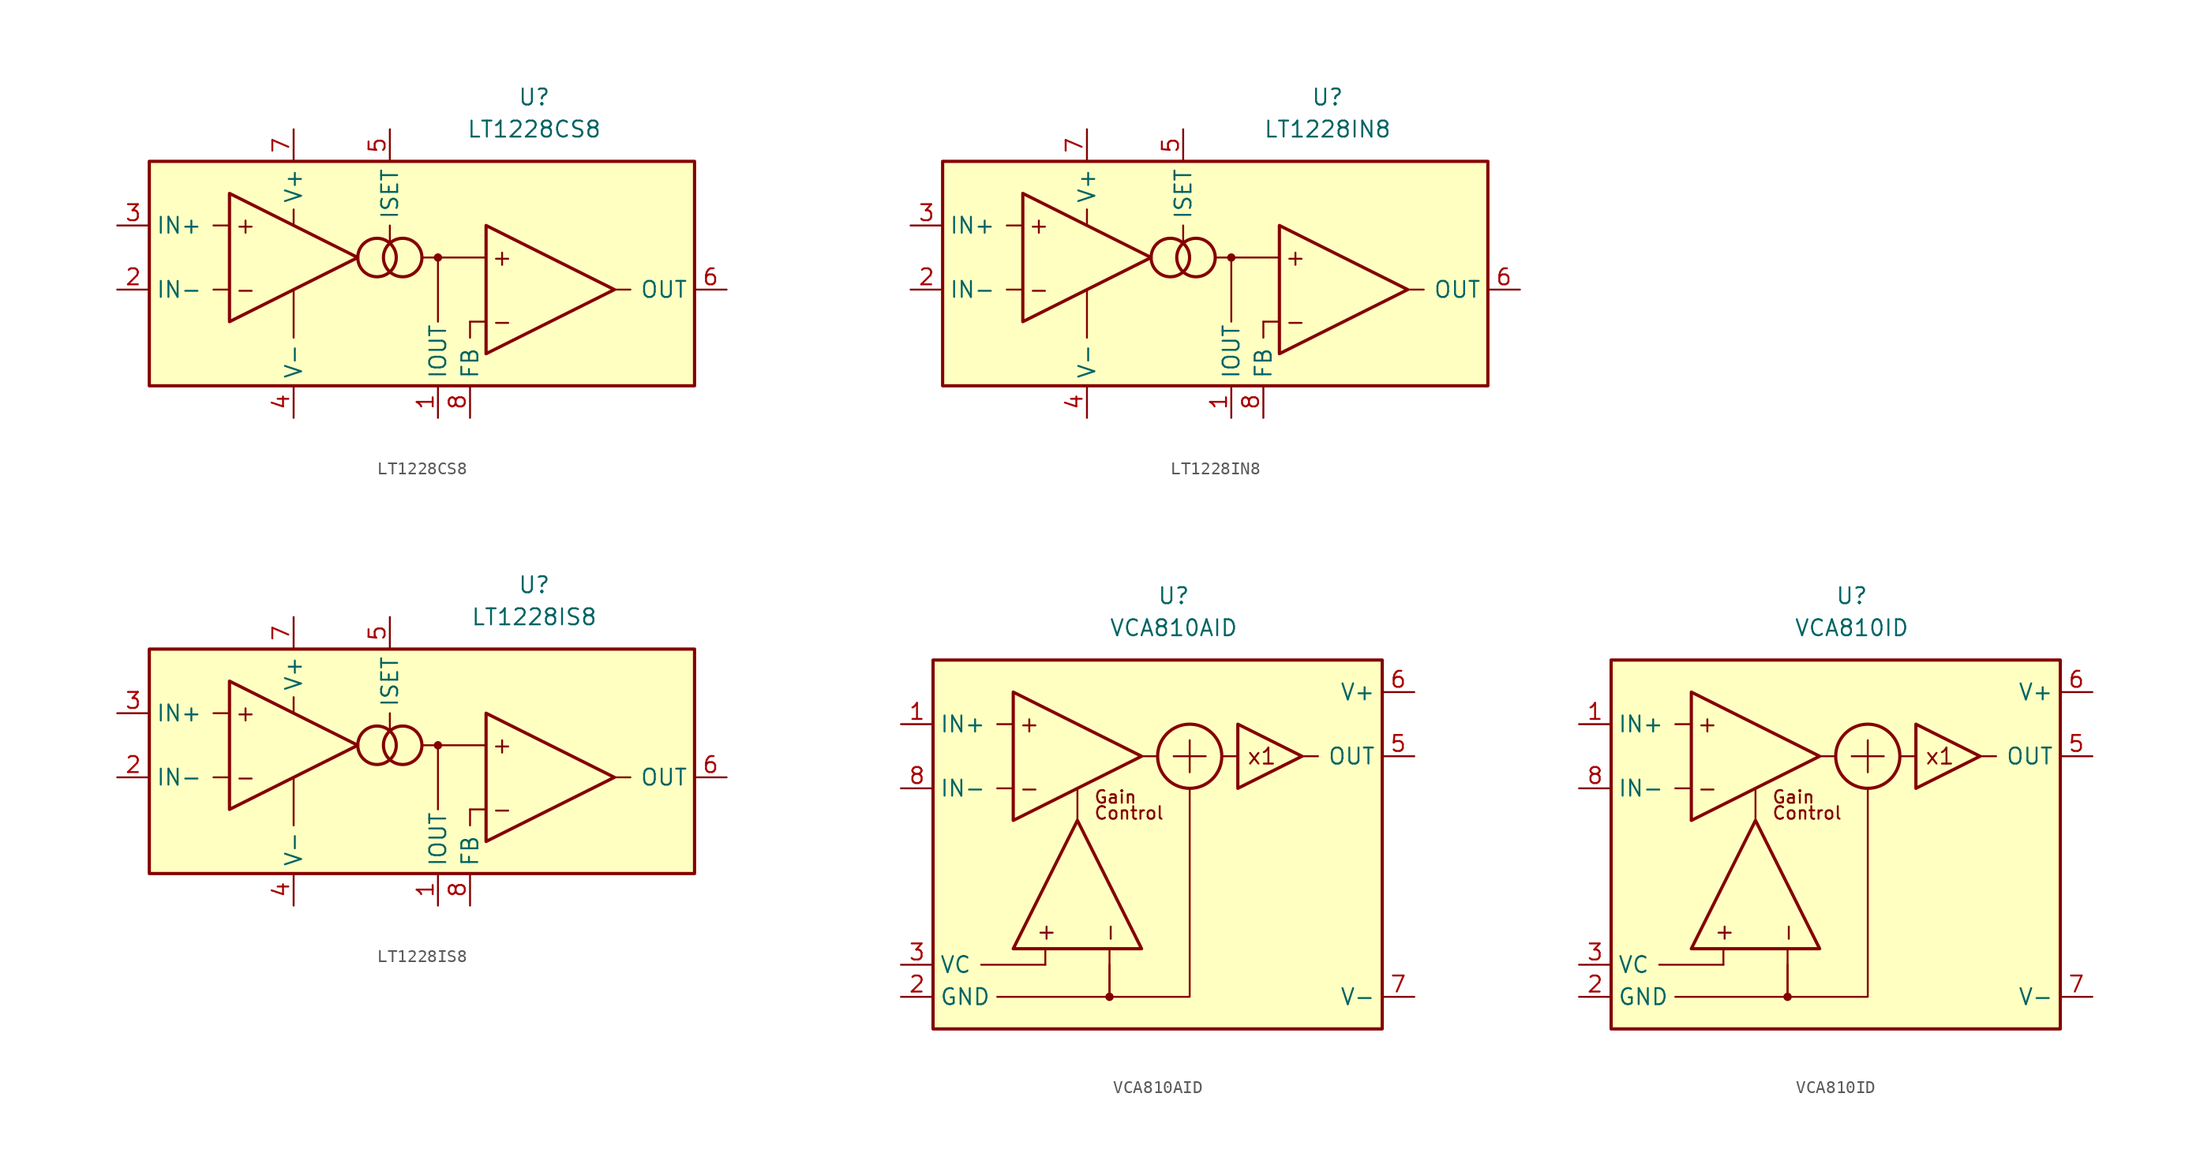
<source format=kicad_sym>
(kicad_symbol_lib
  (version 20211014)
  (generator kicad_symbol_editor)
  (symbol "LT1228CS8"
    (property "Reference" "U"
      (at 10.16 13.97 0)
      (effects (font (size 1.27 1.27))))
    (property "Value" "LT1228CS8"
      (at 10.16 11.43 0)
      (effects (font (size 1.27 1.27))))
    (symbol "LT1228CS8_0_0"
      (rectangle (start -20.32 8.89) (end 22.86 -8.89) (stroke (width 0.254) (type default) (color 0 0 0 0)) (fill (type background)))
      (circle (center -2.286 1.27) (radius 1.524) (stroke (width 0.254) (type default) (color 0 0 0 0)) (fill (type none)))
      (circle (center -0.254 1.27) (radius 1.524) (stroke (width 0.254) (type default) (color 0 0 0 0)) (fill (type none)))
      (polyline (pts (xy -13.97 -1.27) (xy -15.24 -1.27)) (stroke (width 0.152) (type default) (color 0 0 0 0)) (fill (type none)))
      (polyline (pts (xy -13.97 3.81) (xy -15.24 3.81)) (stroke (width 0.152) (type default) (color 0 0 0 0)) (fill (type none)))
      (polyline (pts (xy -8.89 -1.27) (xy -8.89 -5.08)) (stroke (width 0.152) (type default) (color 0 0 0 0)) (fill (type none)))
      (polyline (pts (xy -8.89 3.81) (xy -8.89 5.08)) (stroke (width 0.152) (type default) (color 0 0 0 0)) (fill (type none)))
      (polyline (pts (xy -1.27 3.81) (xy -1.27 2.54)) (stroke (width 0.152) (type default) (color 0 0 0 0)) (fill (type none)))
      (polyline (pts (xy 1.27 1.27) (xy 6.35 1.27)) (stroke (width 0.152) (type default) (color 0 0 0 0)) (fill (type none)))
      (polyline (pts (xy 2.54 1.27) (xy 2.54 -3.81)) (stroke (width 0.152) (type default) (color 0 0 0 0)) (fill (type none)))
      (polyline (pts (xy 5.08 -3.81) (xy 5.08 -5.08)) (stroke (width 0.152) (type default) (color 0 0 0 0)) (fill (type none)))
      (polyline (pts (xy 6.35 -3.81) (xy 5.08 -3.81)) (stroke (width 0.152) (type default) (color 0 0 0 0)) (fill (type none)))
      (polyline (pts (xy 16.51 -1.27) (xy 17.78 -1.27)) (stroke (width 0.152) (type default) (color 0 0 0 0)) (fill (type none)))
      (circle (center 2.54 1.27) (radius 0.254) (stroke (width 0.152) (type default) (color 0 0 0 0)) (fill (type outline)))
      (text "+" (at -12.7 3.81 0) (effects (font (size 1.27 1.27))))
      (text "+" (at 7.62 1.27 0) (effects (font (size 1.27 1.27))))
      (text "-" (at -12.7 -1.27 0) (effects (font (size 1.27 1.27))))
      (text "-" (at 7.62 -3.81 0) (effects (font (size 1.27 1.27)))))
    (symbol "LT1228CS8_0_1"
      (polyline (pts (xy -13.97 6.35) (xy -13.97 -3.81) (xy -3.81 1.27) (xy -13.97 6.35)) (stroke (width 0.254) (type default) (color 0 0 0 0)) (fill (type none)))
      (polyline (pts (xy 6.35 3.81) (xy 6.35 -6.35) (xy 16.51 -1.27) (xy 6.35 3.81)) (stroke (width 0.254) (type default) (color 0 0 0 0)) (fill (type none))))
    (symbol "LT1228CS8_1_1"
      (pin output line (at 2.54 -11.43 90) (length 2.54) (name "IOUT" (effects (font (size 1.27 1.27)))) (number "1" (effects (font (size 1.27 1.27)))))
      (pin input line (at -22.86 -1.27 0) (length 2.54) (name "IN-" (effects (font (size 1.27 1.27)))) (number "2" (effects (font (size 1.27 1.27)))))
      (pin input line (at -22.86 3.81 0) (length 2.54) (name "IN+" (effects (font (size 1.27 1.27)))) (number "3" (effects (font (size 1.27 1.27)))))
      (pin power_in line (at -8.89 -11.43 90) (length 2.54) (name "V-" (effects (font (size 1.27 1.27)))) (number "4" (effects (font (size 1.27 1.27)))))
      (pin passive line (at -1.27 11.43 270) (length 2.54) (name "ISET" (effects (font (size 1.27 1.27)))) (number "5" (effects (font (size 1.27 1.27)))))
      (pin output line (at 25.4 -1.27 180) (length 2.54) (name "OUT" (effects (font (size 1.27 1.27)))) (number "6" (effects (font (size 1.27 1.27)))))
      (pin power_in line (at -8.89 11.43 270) (length 2.54) (name "V+" (effects (font (size 1.27 1.27)))) (number "7" (effects (font (size 1.27 1.27)))))
      (pin input line (at 5.08 -11.43 90) (length 2.54) (name "FB" (effects (font (size 1.27 1.27)))) (number "8" (effects (font (size 1.27 1.27)))))))
  (symbol "LT1228IN8"
    (property "Reference" "U"
      (at 10.16 13.97 0)
      (effects (font (size 1.27 1.27))))
    (property "Value" "LT1228IN8"
      (at 10.16 11.43 0)
      (effects (font (size 1.27 1.27))))
    (symbol "LT1228IN8_0_0"
      (rectangle (start -20.32 8.89) (end 22.86 -8.89) (stroke (width 0.254) (type default) (color 0 0 0 0)) (fill (type background)))
      (circle (center -2.286 1.27) (radius 1.524) (stroke (width 0.254) (type default) (color 0 0 0 0)) (fill (type none)))
      (circle (center -0.254 1.27) (radius 1.524) (stroke (width 0.254) (type default) (color 0 0 0 0)) (fill (type none)))
      (polyline (pts (xy -13.97 -1.27) (xy -15.24 -1.27)) (stroke (width 0.152) (type default) (color 0 0 0 0)) (fill (type none)))
      (polyline (pts (xy -13.97 3.81) (xy -15.24 3.81)) (stroke (width 0.152) (type default) (color 0 0 0 0)) (fill (type none)))
      (polyline (pts (xy -8.89 -1.27) (xy -8.89 -5.08)) (stroke (width 0.152) (type default) (color 0 0 0 0)) (fill (type none)))
      (polyline (pts (xy -8.89 3.81) (xy -8.89 5.08)) (stroke (width 0.152) (type default) (color 0 0 0 0)) (fill (type none)))
      (polyline (pts (xy -1.27 3.81) (xy -1.27 2.54)) (stroke (width 0.152) (type default) (color 0 0 0 0)) (fill (type none)))
      (polyline (pts (xy 1.27 1.27) (xy 6.35 1.27)) (stroke (width 0.152) (type default) (color 0 0 0 0)) (fill (type none)))
      (polyline (pts (xy 2.54 1.27) (xy 2.54 -3.81)) (stroke (width 0.152) (type default) (color 0 0 0 0)) (fill (type none)))
      (polyline (pts (xy 5.08 -3.81) (xy 5.08 -5.08)) (stroke (width 0.152) (type default) (color 0 0 0 0)) (fill (type none)))
      (polyline (pts (xy 6.35 -3.81) (xy 5.08 -3.81)) (stroke (width 0.152) (type default) (color 0 0 0 0)) (fill (type none)))
      (polyline (pts (xy 16.51 -1.27) (xy 17.78 -1.27)) (stroke (width 0.152) (type default) (color 0 0 0 0)) (fill (type none)))
      (circle (center 2.54 1.27) (radius 0.254) (stroke (width 0.152) (type default) (color 0 0 0 0)) (fill (type outline)))
      (text "+" (at -12.7 3.81 0) (effects (font (size 1.27 1.27))))
      (text "+" (at 7.62 1.27 0) (effects (font (size 1.27 1.27))))
      (text "-" (at -12.7 -1.27 0) (effects (font (size 1.27 1.27))))
      (text "-" (at 7.62 -3.81 0) (effects (font (size 1.27 1.27)))))
    (symbol "LT1228IN8_0_1"
      (polyline (pts (xy -13.97 6.35) (xy -13.97 -3.81) (xy -3.81 1.27) (xy -13.97 6.35)) (stroke (width 0.254) (type default) (color 0 0 0 0)) (fill (type none)))
      (polyline (pts (xy 6.35 3.81) (xy 6.35 -6.35) (xy 16.51 -1.27) (xy 6.35 3.81)) (stroke (width 0.254) (type default) (color 0 0 0 0)) (fill (type none))))
    (symbol "LT1228IN8_1_1"
      (pin output line (at 2.54 -11.43 90) (length 2.54) (name "IOUT" (effects (font (size 1.27 1.27)))) (number "1" (effects (font (size 1.27 1.27)))))
      (pin input line (at -22.86 -1.27 0) (length 2.54) (name "IN-" (effects (font (size 1.27 1.27)))) (number "2" (effects (font (size 1.27 1.27)))))
      (pin input line (at -22.86 3.81 0) (length 2.54) (name "IN+" (effects (font (size 1.27 1.27)))) (number "3" (effects (font (size 1.27 1.27)))))
      (pin power_in line (at -8.89 -11.43 90) (length 2.54) (name "V-" (effects (font (size 1.27 1.27)))) (number "4" (effects (font (size 1.27 1.27)))))
      (pin passive line (at -1.27 11.43 270) (length 2.54) (name "ISET" (effects (font (size 1.27 1.27)))) (number "5" (effects (font (size 1.27 1.27)))))
      (pin output line (at 25.4 -1.27 180) (length 2.54) (name "OUT" (effects (font (size 1.27 1.27)))) (number "6" (effects (font (size 1.27 1.27)))))
      (pin power_in line (at -8.89 11.43 270) (length 2.54) (name "V+" (effects (font (size 1.27 1.27)))) (number "7" (effects (font (size 1.27 1.27)))))
      (pin input line (at 5.08 -11.43 90) (length 2.54) (name "FB" (effects (font (size 1.27 1.27)))) (number "8" (effects (font (size 1.27 1.27)))))))
  (symbol "LT1228IS8"
    (property "Reference" "U"
      (at 10.16 13.97 0)
      (effects (font (size 1.27 1.27))))
    (property "Value" "LT1228IS8"
      (at 10.16 11.43 0)
      (effects (font (size 1.27 1.27))))
    (symbol "LT1228IS8_0_0"
      (rectangle (start -20.32 8.89) (end 22.86 -8.89) (stroke (width 0.254) (type default) (color 0 0 0 0)) (fill (type background)))
      (circle (center -2.286 1.27) (radius 1.524) (stroke (width 0.254) (type default) (color 0 0 0 0)) (fill (type none)))
      (circle (center -0.254 1.27) (radius 1.524) (stroke (width 0.254) (type default) (color 0 0 0 0)) (fill (type none)))
      (polyline (pts (xy -13.97 -1.27) (xy -15.24 -1.27)) (stroke (width 0.152) (type default) (color 0 0 0 0)) (fill (type none)))
      (polyline (pts (xy -13.97 3.81) (xy -15.24 3.81)) (stroke (width 0.152) (type default) (color 0 0 0 0)) (fill (type none)))
      (polyline (pts (xy -8.89 -1.27) (xy -8.89 -5.08)) (stroke (width 0.152) (type default) (color 0 0 0 0)) (fill (type none)))
      (polyline (pts (xy -8.89 3.81) (xy -8.89 5.08)) (stroke (width 0.152) (type default) (color 0 0 0 0)) (fill (type none)))
      (polyline (pts (xy -1.27 3.81) (xy -1.27 2.54)) (stroke (width 0.152) (type default) (color 0 0 0 0)) (fill (type none)))
      (polyline (pts (xy 1.27 1.27) (xy 6.35 1.27)) (stroke (width 0.152) (type default) (color 0 0 0 0)) (fill (type none)))
      (polyline (pts (xy 2.54 1.27) (xy 2.54 -3.81)) (stroke (width 0.152) (type default) (color 0 0 0 0)) (fill (type none)))
      (polyline (pts (xy 5.08 -3.81) (xy 5.08 -5.08)) (stroke (width 0.152) (type default) (color 0 0 0 0)) (fill (type none)))
      (polyline (pts (xy 6.35 -3.81) (xy 5.08 -3.81)) (stroke (width 0.152) (type default) (color 0 0 0 0)) (fill (type none)))
      (polyline (pts (xy 16.51 -1.27) (xy 17.78 -1.27)) (stroke (width 0.152) (type default) (color 0 0 0 0)) (fill (type none)))
      (circle (center 2.54 1.27) (radius 0.254) (stroke (width 0.152) (type default) (color 0 0 0 0)) (fill (type outline)))
      (text "+" (at -12.7 3.81 0) (effects (font (size 1.27 1.27))))
      (text "+" (at 7.62 1.27 0) (effects (font (size 1.27 1.27))))
      (text "-" (at -12.7 -1.27 0) (effects (font (size 1.27 1.27))))
      (text "-" (at 7.62 -3.81 0) (effects (font (size 1.27 1.27)))))
    (symbol "LT1228IS8_0_1"
      (polyline (pts (xy -13.97 6.35) (xy -13.97 -3.81) (xy -3.81 1.27) (xy -13.97 6.35)) (stroke (width 0.254) (type default) (color 0 0 0 0)) (fill (type none)))
      (polyline (pts (xy 6.35 3.81) (xy 6.35 -6.35) (xy 16.51 -1.27) (xy 6.35 3.81)) (stroke (width 0.254) (type default) (color 0 0 0 0)) (fill (type none))))
    (symbol "LT1228IS8_1_1"
      (pin output line (at 2.54 -11.43 90) (length 2.54) (name "IOUT" (effects (font (size 1.27 1.27)))) (number "1" (effects (font (size 1.27 1.27)))))
      (pin input line (at -22.86 -1.27 0) (length 2.54) (name "IN-" (effects (font (size 1.27 1.27)))) (number "2" (effects (font (size 1.27 1.27)))))
      (pin input line (at -22.86 3.81 0) (length 2.54) (name "IN+" (effects (font (size 1.27 1.27)))) (number "3" (effects (font (size 1.27 1.27)))))
      (pin power_in line (at -8.89 -11.43 90) (length 2.54) (name "V-" (effects (font (size 1.27 1.27)))) (number "4" (effects (font (size 1.27 1.27)))))
      (pin passive line (at -1.27 11.43 270) (length 2.54) (name "ISET" (effects (font (size 1.27 1.27)))) (number "5" (effects (font (size 1.27 1.27)))))
      (pin output line (at 25.4 -1.27 180) (length 2.54) (name "OUT" (effects (font (size 1.27 1.27)))) (number "6" (effects (font (size 1.27 1.27)))))
      (pin power_in line (at -8.89 11.43 270) (length 2.54) (name "V+" (effects (font (size 1.27 1.27)))) (number "7" (effects (font (size 1.27 1.27)))))
      (pin input line (at 5.08 -11.43 90) (length 2.54) (name "FB" (effects (font (size 1.27 1.27)))) (number "8" (effects (font (size 1.27 1.27)))))))
  (symbol "VCA810AID"
    (property "Reference" "U"
      (at 0 20.32 0)
      (effects (font (size 1.27 1.27))))
    (property "Value" "VCA810AID"
      (at 0 17.78 0)
      (effects (font (size 1.27 1.27))))
    (symbol "VCA810AID_0_0"
      (rectangle (start -19.05 15.24) (end 16.51 -13.97) (stroke (width 0.254) (type default) (color 0 0 0 0)) (fill (type background)))
      (circle (center -5.08 -11.43) (radius 0.254) (stroke (width 0.152) (type default) (color 0 0 0 0)) (fill (type outline)))
      (polyline (pts (xy -15.24 -8.89) (xy -10.16 -8.89)) (stroke (width 0.152) (type default) (color 0 0 0 0)) (fill (type none)))
      (polyline (pts (xy -12.7 5.08) (xy -13.97 5.08)) (stroke (width 0.152) (type default) (color 0 0 0 0)) (fill (type none)))
      (polyline (pts (xy -12.7 10.16) (xy -13.97 10.16)) (stroke (width 0.152) (type default) (color 0 0 0 0)) (fill (type none)))
      (polyline (pts (xy -10.16 -8.89) (xy -10.16 -7.62)) (stroke (width 0.152) (type default) (color 0 0 0 0)) (fill (type none)))
      (polyline (pts (xy -7.62 2.54) (xy -7.62 5.08)) (stroke (width 0.152) (type default) (color 0 0 0 0)) (fill (type none)))
      (polyline (pts (xy -2.54 7.62) (xy -1.27 7.62)) (stroke (width 0.152) (type default) (color 0 0 0 0)) (fill (type none)))
      (polyline (pts (xy 0 7.62) (xy 2.54 7.62)) (stroke (width 0.152) (type default) (color 0 0 0 0)) (fill (type none)))
      (polyline (pts (xy 1.27 8.89) (xy 1.27 6.35)) (stroke (width 0.152) (type default) (color 0 0 0 0)) (fill (type none)))
      (polyline (pts (xy 5.08 7.62) (xy 3.81 7.62)) (stroke (width 0.152) (type default) (color 0 0 0 0)) (fill (type none)))
      (polyline (pts (xy 10.16 7.62) (xy 11.43 7.62)) (stroke (width 0.152) (type default) (color 0 0 0 0)) (fill (type none)))
      (polyline (pts (xy -5.08 -8.89) (xy -5.08 -11.43) (xy -13.97 -11.43)) (stroke (width 0.152) (type default) (color 0 0 0 0)) (fill (type none)))
      (polyline (pts (xy -5.08 -7.62) (xy -5.08 -11.43) (xy 1.27 -11.43) (xy 1.27 5.08)) (stroke (width 0.152) (type default) (color 0 0 0 0)) (fill (type none)))
      (circle (center 1.27 7.62) (radius 2.54) (stroke (width 0.254) (type default) (color 0 0 0 0)) (fill (type none)))
      (text "+" (at -11.43 10.16 0) (effects (font (size 1.27 1.27))))
      (text "+" (at -10.16 -6.35 900) (effects (font (size 1.27 1.27))))
      (text "-" (at -11.43 5.08 0) (effects (font (size 1.27 1.27))))
      (text "-" (at -5.08 -6.35 900) (effects (font (size 1.27 1.27))))
      (text "Control" (at -6.35 2.54 0) (effects (font (size 1 1)) (justify left bottom)))
      (text "Gain" (at -6.35 3.81 0) (effects (font (size 1 1)) (justify left bottom)))
      (text "x1" (at 6.985 7.62 0) (effects (font (size 1.27 1.27)))))
    (symbol "VCA810AID_0_1"
      (polyline (pts (xy -12.7 -7.62) (xy -2.54 -7.62) (xy -7.62 2.54) (xy -12.7 -7.62)) (stroke (width 0.254) (type default) (color 0 0 0 0)) (fill (type none)))
      (polyline (pts (xy -12.7 12.7) (xy -12.7 2.54) (xy -2.54 7.62) (xy -12.7 12.7)) (stroke (width 0.254) (type default) (color 0 0 0 0)) (fill (type none)))
      (polyline (pts (xy 5.08 10.16) (xy 5.08 5.08) (xy 10.16 7.62) (xy 5.08 10.16)) (stroke (width 0.254) (type default) (color 0 0 0 0)) (fill (type none))))
    (symbol "VCA810AID_1_1"
      (pin input line (at -21.59 10.16 0) (length 2.54) (name "IN+" (effects (font (size 1.27 1.27)))) (number "1" (effects (font (size 1.27 1.27)))))
      (pin input line (at -21.59 -11.43 0) (length 2.54) (name "GND" (effects (font (size 1.27 1.27)))) (number "2" (effects (font (size 1.27 1.27)))))
      (pin input line (at -21.59 -8.89 0) (length 2.54) (name "VC" (effects (font (size 1.27 1.27)))) (number "3" (effects (font (size 1.27 1.27)))))
      (pin output line (at 19.05 7.62 180) (length 2.54) (name "OUT" (effects (font (size 1.27 1.27)))) (number "5" (effects (font (size 1.27 1.27)))))
      (pin power_in line (at 19.05 12.7 180) (length 2.54) (name "V+" (effects (font (size 1.27 1.27)))) (number "6" (effects (font (size 1.27 1.27)))))
      (pin power_in line (at 19.05 -11.43 180) (length 2.54) (name "V-" (effects (font (size 1.27 1.27)))) (number "7" (effects (font (size 1.27 1.27)))))
      (pin input line (at -21.59 5.08 0) (length 2.54) (name "IN-" (effects (font (size 1.27 1.27)))) (number "8" (effects (font (size 1.27 1.27)))))))
  (symbol "VCA810ID"
    (property "Reference" "U"
      (at 0 20.32 0)
      (effects (font (size 1.27 1.27))))
    (property "Value" "VCA810ID"
      (at 0 17.78 0)
      (effects (font (size 1.27 1.27))))
    (symbol "VCA810ID_0_0"
      (rectangle (start -19.05 15.24) (end 16.51 -13.97) (stroke (width 0.254) (type default) (color 0 0 0 0)) (fill (type background)))
      (circle (center -5.08 -11.43) (radius 0.254) (stroke (width 0.152) (type default) (color 0 0 0 0)) (fill (type outline)))
      (polyline (pts (xy -15.24 -8.89) (xy -10.16 -8.89)) (stroke (width 0.152) (type default) (color 0 0 0 0)) (fill (type none)))
      (polyline (pts (xy -12.7 5.08) (xy -13.97 5.08)) (stroke (width 0.152) (type default) (color 0 0 0 0)) (fill (type none)))
      (polyline (pts (xy -12.7 10.16) (xy -13.97 10.16)) (stroke (width 0.152) (type default) (color 0 0 0 0)) (fill (type none)))
      (polyline (pts (xy -10.16 -8.89) (xy -10.16 -7.62)) (stroke (width 0.152) (type default) (color 0 0 0 0)) (fill (type none)))
      (polyline (pts (xy -7.62 2.54) (xy -7.62 5.08)) (stroke (width 0.152) (type default) (color 0 0 0 0)) (fill (type none)))
      (polyline (pts (xy -2.54 7.62) (xy -1.27 7.62)) (stroke (width 0.152) (type default) (color 0 0 0 0)) (fill (type none)))
      (polyline (pts (xy 0 7.62) (xy 2.54 7.62)) (stroke (width 0.152) (type default) (color 0 0 0 0)) (fill (type none)))
      (polyline (pts (xy 1.27 8.89) (xy 1.27 6.35)) (stroke (width 0.152) (type default) (color 0 0 0 0)) (fill (type none)))
      (polyline (pts (xy 5.08 7.62) (xy 3.81 7.62)) (stroke (width 0.152) (type default) (color 0 0 0 0)) (fill (type none)))
      (polyline (pts (xy 10.16 7.62) (xy 11.43 7.62)) (stroke (width 0.152) (type default) (color 0 0 0 0)) (fill (type none)))
      (polyline (pts (xy -5.08 -8.89) (xy -5.08 -11.43) (xy -13.97 -11.43)) (stroke (width 0.152) (type default) (color 0 0 0 0)) (fill (type none)))
      (polyline (pts (xy -5.08 -7.62) (xy -5.08 -11.43) (xy 1.27 -11.43) (xy 1.27 5.08)) (stroke (width 0.152) (type default) (color 0 0 0 0)) (fill (type none)))
      (circle (center 1.27 7.62) (radius 2.54) (stroke (width 0.254) (type default) (color 0 0 0 0)) (fill (type none)))
      (text "+" (at -11.43 10.16 0) (effects (font (size 1.27 1.27))))
      (text "+" (at -10.16 -6.35 900) (effects (font (size 1.27 1.27))))
      (text "-" (at -11.43 5.08 0) (effects (font (size 1.27 1.27))))
      (text "-" (at -5.08 -6.35 900) (effects (font (size 1.27 1.27))))
      (text "Control" (at -6.35 2.54 0) (effects (font (size 1 1)) (justify left bottom)))
      (text "Gain" (at -6.35 3.81 0) (effects (font (size 1 1)) (justify left bottom)))
      (text "x1" (at 6.985 7.62 0) (effects (font (size 1.27 1.27)))))
    (symbol "VCA810ID_0_1"
      (polyline (pts (xy -12.7 -7.62) (xy -2.54 -7.62) (xy -7.62 2.54) (xy -12.7 -7.62)) (stroke (width 0.254) (type default) (color 0 0 0 0)) (fill (type none)))
      (polyline (pts (xy -12.7 12.7) (xy -12.7 2.54) (xy -2.54 7.62) (xy -12.7 12.7)) (stroke (width 0.254) (type default) (color 0 0 0 0)) (fill (type none)))
      (polyline (pts (xy 5.08 10.16) (xy 5.08 5.08) (xy 10.16 7.62) (xy 5.08 10.16)) (stroke (width 0.254) (type default) (color 0 0 0 0)) (fill (type none))))
    (symbol "VCA810ID_1_1"
      (pin input line (at -21.59 10.16 0) (length 2.54) (name "IN+" (effects (font (size 1.27 1.27)))) (number "1" (effects (font (size 1.27 1.27)))))
      (pin input line (at -21.59 -11.43 0) (length 2.54) (name "GND" (effects (font (size 1.27 1.27)))) (number "2" (effects (font (size 1.27 1.27)))))
      (pin input line (at -21.59 -8.89 0) (length 2.54) (name "VC" (effects (font (size 1.27 1.27)))) (number "3" (effects (font (size 1.27 1.27)))))
      (pin output line (at 19.05 7.62 180) (length 2.54) (name "OUT" (effects (font (size 1.27 1.27)))) (number "5" (effects (font (size 1.27 1.27)))))
      (pin power_in line (at 19.05 12.7 180) (length 2.54) (name "V+" (effects (font (size 1.27 1.27)))) (number "6" (effects (font (size 1.27 1.27)))))
      (pin power_in line (at 19.05 -11.43 180) (length 2.54) (name "V-" (effects (font (size 1.27 1.27)))) (number "7" (effects (font (size 1.27 1.27)))))
      (pin input line (at -21.59 5.08 0) (length 2.54) (name "IN-" (effects (font (size 1.27 1.27)))) (number "8" (effects (font (size 1.27 1.27))))))))
</source>
